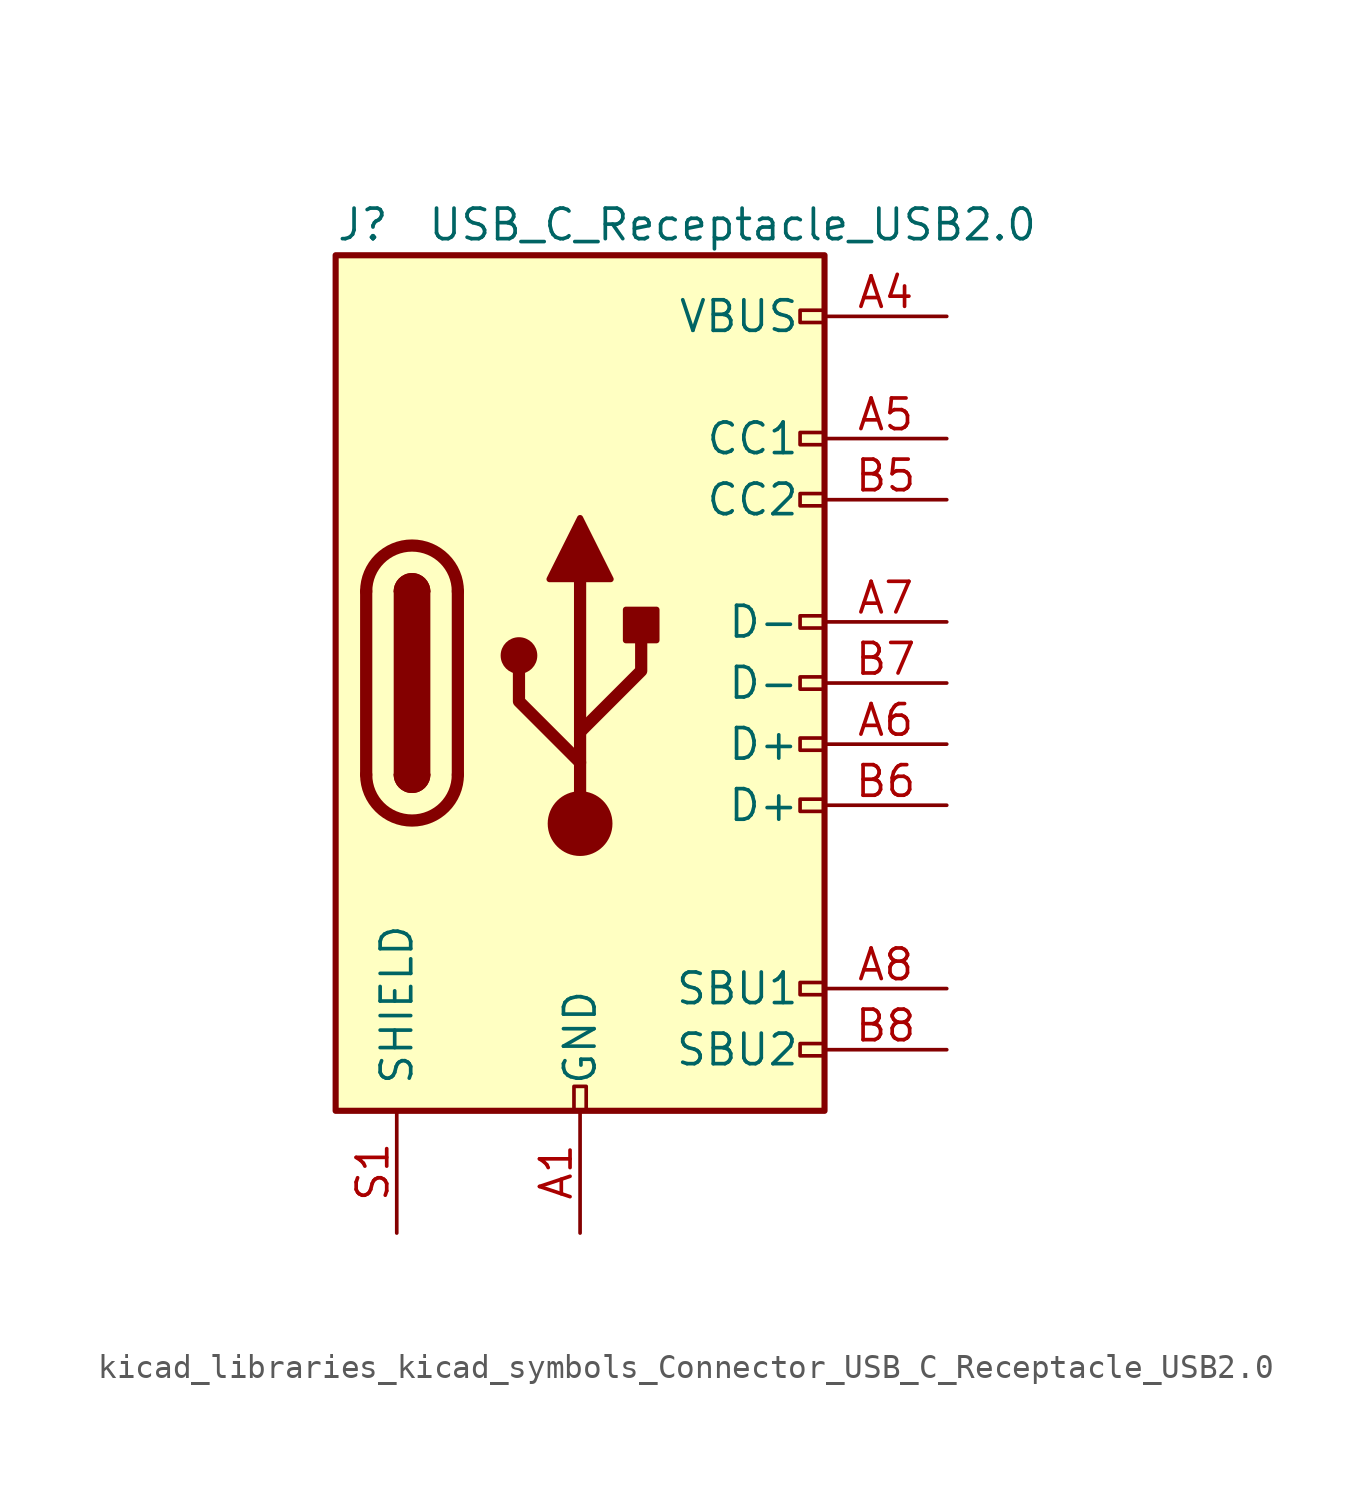
<source format=kicad_sym>
(kicad_symbol_lib
  (version 20220914)
  (generator kicad_symbol_editor)
  (symbol "kicad_libraries_kicad_symbols_Connector_USB_C_Receptacle_USB2.0"
    (pin_names
      (offset 1.016))
    (property "Reference" "J"
      (at -10.16 19.05 0)
      (effects (font (size 1.27 1.27)) (justify left)))
    (property "Value" "USB_C_Receptacle_USB2.0"
      (at 19.05 19.05 0)
      (effects (font (size 1.27 1.27)) (justify right)))
    (symbol "kicad_libraries_kicad_symbols_Connector_USB_C_Receptacle_USB2.0_0_0"
      (rectangle (start -0.254 -17.78) (end 0.254 -16.764) (stroke (width 0) (type default)) (fill (type none)))
      (rectangle (start 10.16 -14.986) (end 9.144 -15.494) (stroke (width 0) (type default)) (fill (type none)))
      (rectangle (start 10.16 -12.446) (end 9.144 -12.954) (stroke (width 0) (type default)) (fill (type none)))
      (rectangle (start 10.16 -4.826) (end 9.144 -5.334) (stroke (width 0) (type default)) (fill (type none)))
      (rectangle (start 10.16 -2.286) (end 9.144 -2.794) (stroke (width 0) (type default)) (fill (type none)))
      (rectangle (start 10.16 0.254) (end 9.144 -0.254) (stroke (width 0) (type default)) (fill (type none)))
      (rectangle (start 10.16 2.794) (end 9.144 2.286) (stroke (width 0) (type default)) (fill (type none)))
      (rectangle (start 10.16 7.874) (end 9.144 7.366) (stroke (width 0) (type default)) (fill (type none)))
      (rectangle (start 10.16 10.414) (end 9.144 9.906) (stroke (width 0) (type default)) (fill (type none)))
      (rectangle (start 10.16 15.494) (end 9.144 14.986) (stroke (width 0) (type default)) (fill (type none))))
    (symbol "kicad_libraries_kicad_symbols_Connector_USB_C_Receptacle_USB2.0_0_1"
      (rectangle (start -10.16 17.78) (end 10.16 -17.78) (stroke (width 0.254) (type default)) (fill (type background)))
      (arc (start -8.89 -3.81) (mid -6.985 -5.7067) (end -5.08 -3.81) (stroke (width 0.508) (type default)) (fill (type none)))
      (arc (start -7.62 -3.81) (mid -6.985 -4.4423) (end -6.35 -3.81) (stroke (width 0.254) (type default)) (fill (type none)))
      (arc (start -7.62 -3.81) (mid -6.985 -4.4423) (end -6.35 -3.81) (stroke (width 0.254) (type default)) (fill (type outline)))
      (rectangle (start -7.62 -3.81) (end -6.35 3.81) (stroke (width 0.254) (type default)) (fill (type outline)))
      (arc (start -6.35 3.81) (mid -6.985 4.4423) (end -7.62 3.81) (stroke (width 0.254) (type default)) (fill (type none)))
      (arc (start -6.35 3.81) (mid -6.985 4.4423) (end -7.62 3.81) (stroke (width 0.254) (type default)) (fill (type outline)))
      (arc (start -5.08 3.81) (mid -6.985 5.7067) (end -8.89 3.81) (stroke (width 0.508) (type default)) (fill (type none)))
      (circle (center -2.54 1.143) (radius 0.635) (stroke (width 0.254) (type default)) (fill (type outline)))
      (circle (center 0 -5.842) (radius 1.27) (stroke (width 0) (type default)) (fill (type outline)))
      (polyline (pts (xy -8.89 -3.81) (xy -8.89 3.81)) (stroke (width 0.508) (type default)) (fill (type none)))
      (polyline (pts (xy -5.08 3.81) (xy -5.08 -3.81)) (stroke (width 0.508) (type default)) (fill (type none)))
      (polyline (pts (xy 0 -5.842) (xy 0 4.318)) (stroke (width 0.508) (type default)) (fill (type none)))
      (polyline (pts (xy 0 -3.302) (xy -2.54 -0.762) (xy -2.54 0.508)) (stroke (width 0.508) (type default)) (fill (type none)))
      (polyline (pts (xy 0 -2.032) (xy 2.54 0.508) (xy 2.54 1.778)) (stroke (width 0.508) (type default)) (fill (type none)))
      (polyline (pts (xy -1.27 4.318) (xy 0 6.858) (xy 1.27 4.318) (xy -1.27 4.318)) (stroke (width 0.254) (type default)) (fill (type outline)))
      (rectangle (start 1.905 1.778) (end 3.175 3.048) (stroke (width 0.254) (type default)) (fill (type outline))))
    (symbol "kicad_libraries_kicad_symbols_Connector_USB_C_Receptacle_USB2.0_1_1"
      (pin passive line (at 0 -22.86 90) (length 5.08) (name "GND" (effects (font (size 1.27 1.27)))) (number "A1" (effects (font (size 1.27 1.27)))))
      (pin passive line (at 0 -22.86 90) (length 5.08) hide (name "GND" (effects (font (size 1.27 1.27)))) (number "A12" (effects (font (size 1.27 1.27)))))
      (pin passive line (at 15.24 15.24 180) (length 5.08) (name "VBUS" (effects (font (size 1.27 1.27)))) (number "A4" (effects (font (size 1.27 1.27)))))
      (pin bidirectional line (at 15.24 10.16 180) (length 5.08) (name "CC1" (effects (font (size 1.27 1.27)))) (number "A5" (effects (font (size 1.27 1.27)))))
      (pin bidirectional line (at 15.24 -2.54 180) (length 5.08) (name "D+" (effects (font (size 1.27 1.27)))) (number "A6" (effects (font (size 1.27 1.27)))))
      (pin bidirectional line (at 15.24 2.54 180) (length 5.08) (name "D-" (effects (font (size 1.27 1.27)))) (number "A7" (effects (font (size 1.27 1.27)))))
      (pin bidirectional line (at 15.24 -12.7 180) (length 5.08) (name "SBU1" (effects (font (size 1.27 1.27)))) (number "A8" (effects (font (size 1.27 1.27)))))
      (pin passive line (at 15.24 15.24 180) (length 5.08) hide (name "VBUS" (effects (font (size 1.27 1.27)))) (number "A9" (effects (font (size 1.27 1.27)))))
      (pin passive line (at 0 -22.86 90) (length 5.08) hide (name "GND" (effects (font (size 1.27 1.27)))) (number "B1" (effects (font (size 1.27 1.27)))))
      (pin passive line (at 0 -22.86 90) (length 5.08) hide (name "GND" (effects (font (size 1.27 1.27)))) (number "B12" (effects (font (size 1.27 1.27)))))
      (pin passive line (at 15.24 15.24 180) (length 5.08) hide (name "VBUS" (effects (font (size 1.27 1.27)))) (number "B4" (effects (font (size 1.27 1.27)))))
      (pin bidirectional line (at 15.24 7.62 180) (length 5.08) (name "CC2" (effects (font (size 1.27 1.27)))) (number "B5" (effects (font (size 1.27 1.27)))))
      (pin bidirectional line (at 15.24 -5.08 180) (length 5.08) (name "D+" (effects (font (size 1.27 1.27)))) (number "B6" (effects (font (size 1.27 1.27)))))
      (pin bidirectional line (at 15.24 0 180) (length 5.08) (name "D-" (effects (font (size 1.27 1.27)))) (number "B7" (effects (font (size 1.27 1.27)))))
      (pin bidirectional line (at 15.24 -15.24 180) (length 5.08) (name "SBU2" (effects (font (size 1.27 1.27)))) (number "B8" (effects (font (size 1.27 1.27)))))
      (pin passive line (at 15.24 15.24 180) (length 5.08) hide (name "VBUS" (effects (font (size 1.27 1.27)))) (number "B9" (effects (font (size 1.27 1.27)))))
      (pin passive line (at -7.62 -22.86 90) (length 5.08) (name "SHIELD" (effects (font (size 1.27 1.27)))) (number "S1" (effects (font (size 1.27 1.27))))))))
</source>
